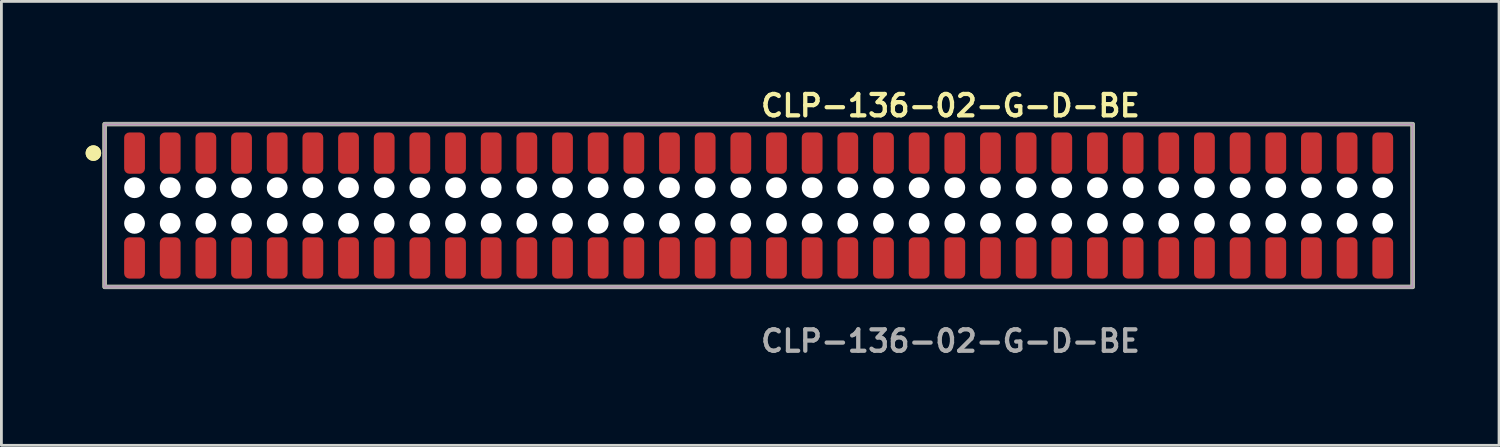
<source format=kicad_pcb>
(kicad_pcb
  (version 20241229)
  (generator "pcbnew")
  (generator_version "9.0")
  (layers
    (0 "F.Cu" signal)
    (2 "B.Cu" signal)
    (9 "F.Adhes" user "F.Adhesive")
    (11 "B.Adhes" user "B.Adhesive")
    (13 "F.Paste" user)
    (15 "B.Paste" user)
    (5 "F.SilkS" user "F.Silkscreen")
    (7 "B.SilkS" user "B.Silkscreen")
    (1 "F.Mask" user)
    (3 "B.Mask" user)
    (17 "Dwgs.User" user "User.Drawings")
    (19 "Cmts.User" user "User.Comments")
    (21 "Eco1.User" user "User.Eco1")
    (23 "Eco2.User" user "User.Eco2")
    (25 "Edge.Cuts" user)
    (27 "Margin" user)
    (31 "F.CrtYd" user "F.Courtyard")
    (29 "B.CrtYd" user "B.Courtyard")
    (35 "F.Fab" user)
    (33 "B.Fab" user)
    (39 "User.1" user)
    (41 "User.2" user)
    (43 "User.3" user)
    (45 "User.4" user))
  (footprint "CLP-136-02-G-D-BE"
    (layer "F.Cu")
    (at 23.966 4.269)
    (property "Reference" "CLP-136-02-G-D-BE" (at 0 -3.556 0) (unlocked yes) (layer "F.SilkS") (effects (font (size 0.762 0.762) (thickness 0.152)) (justify left)))
    (fp_rect (start -23.29 2.9) (end 23.29 -2.9) (stroke (width 0.152) (type solid)) (fill no) (layer "F.SilkS"))
    (fp_circle (center -23.69 -1.867) (end -23.89 -1.867) (stroke (width 0.152) (type solid)) (fill yes) (layer "F.SilkS"))
    (fp_circle (center -23.69 -1.867) (end -23.89 -1.867) (stroke (width 0.152) (type solid)) (fill yes) (layer "F.SilkS"))
    (fp_rect (start -23.29 2.9) (end 23.29 -2.9) (stroke (width 0.006) (type solid)) (fill no) (layer "F.CrtYd"))
    (fp_rect (start -23.29 2.9) (end 23.29 -2.9) (stroke (width 0.152) (type solid)) (fill no) (layer "F.Fab"))
    (fp_text user "${REFERENCE}" (at 0 4.826 0) (unlocked yes) (layer "F.Fab") (effects (font (size 0.762 0.762) (thickness 0.152)) (justify left)))
    (pad "" np_thru_hole circle (at -22.225 -0.635) (size 0.74 0.74) (drill 0.74) (layers "*.Cu" "*.Mask"))
    (pad "" np_thru_hole circle (at -22.225 0.635) (size 0.74 0.74) (drill 0.74) (layers "*.Cu" "*.Mask"))
    (pad "" np_thru_hole circle (at -20.955 -0.635) (size 0.74 0.74) (drill 0.74) (layers "*.Cu" "*.Mask"))
    (pad "" np_thru_hole circle (at -20.955 0.635) (size 0.74 0.74) (drill 0.74) (layers "*.Cu" "*.Mask"))
    (pad "" np_thru_hole circle (at -19.685 -0.635) (size 0.74 0.74) (drill 0.74) (layers "*.Cu" "*.Mask"))
    (pad "" np_thru_hole circle (at -19.685 0.635) (size 0.74 0.74) (drill 0.74) (layers "*.Cu" "*.Mask"))
    (pad "" np_thru_hole circle (at -18.415 -0.635) (size 0.74 0.74) (drill 0.74) (layers "*.Cu" "*.Mask"))
    (pad "" np_thru_hole circle (at -18.415 0.635) (size 0.74 0.74) (drill 0.74) (layers "*.Cu" "*.Mask"))
    (pad "" np_thru_hole circle (at -17.145 -0.635) (size 0.74 0.74) (drill 0.74) (layers "*.Cu" "*.Mask"))
    (pad "" np_thru_hole circle (at -17.145 0.635) (size 0.74 0.74) (drill 0.74) (layers "*.Cu" "*.Mask"))
    (pad "" np_thru_hole circle (at -15.875 -0.635) (size 0.74 0.74) (drill 0.74) (layers "*.Cu" "*.Mask"))
    (pad "" np_thru_hole circle (at -15.875 0.635) (size 0.74 0.74) (drill 0.74) (layers "*.Cu" "*.Mask"))
    (pad "" np_thru_hole circle (at -14.605 -0.635) (size 0.74 0.74) (drill 0.74) (layers "*.Cu" "*.Mask"))
    (pad "" np_thru_hole circle (at -14.605 0.635) (size 0.74 0.74) (drill 0.74) (layers "*.Cu" "*.Mask"))
    (pad "" np_thru_hole circle (at -13.335 -0.635) (size 0.74 0.74) (drill 0.74) (layers "*.Cu" "*.Mask"))
    (pad "" np_thru_hole circle (at -13.335 0.635) (size 0.74 0.74) (drill 0.74) (layers "*.Cu" "*.Mask"))
    (pad "" np_thru_hole circle (at -12.065 -0.635) (size 0.74 0.74) (drill 0.74) (layers "*.Cu" "*.Mask"))
    (pad "" np_thru_hole circle (at -12.065 0.635) (size 0.74 0.74) (drill 0.74) (layers "*.Cu" "*.Mask"))
    (pad "" np_thru_hole circle (at -10.795 -0.635) (size 0.74 0.74) (drill 0.74) (layers "*.Cu" "*.Mask"))
    (pad "" np_thru_hole circle (at -10.795 0.635) (size 0.74 0.74) (drill 0.74) (layers "*.Cu" "*.Mask"))
    (pad "" np_thru_hole circle (at -9.525 -0.635) (size 0.74 0.74) (drill 0.74) (layers "*.Cu" "*.Mask"))
    (pad "" np_thru_hole circle (at -9.525 0.635) (size 0.74 0.74) (drill 0.74) (layers "*.Cu" "*.Mask"))
    (pad "" np_thru_hole circle (at -8.255 -0.635) (size 0.74 0.74) (drill 0.74) (layers "*.Cu" "*.Mask"))
    (pad "" np_thru_hole circle (at -8.255 0.635) (size 0.74 0.74) (drill 0.74) (layers "*.Cu" "*.Mask"))
    (pad "" np_thru_hole circle (at -6.985 -0.635) (size 0.74 0.74) (drill 0.74) (layers "*.Cu" "*.Mask"))
    (pad "" np_thru_hole circle (at -6.985 0.635) (size 0.74 0.74) (drill 0.74) (layers "*.Cu" "*.Mask"))
    (pad "" np_thru_hole circle (at -5.715 -0.635) (size 0.74 0.74) (drill 0.74) (layers "*.Cu" "*.Mask"))
    (pad "" np_thru_hole circle (at -5.715 0.635) (size 0.74 0.74) (drill 0.74) (layers "*.Cu" "*.Mask"))
    (pad "" np_thru_hole circle (at -4.445 -0.635) (size 0.74 0.74) (drill 0.74) (layers "*.Cu" "*.Mask"))
    (pad "" np_thru_hole circle (at -4.445 0.635) (size 0.74 0.74) (drill 0.74) (layers "*.Cu" "*.Mask"))
    (pad "" np_thru_hole circle (at -3.175 -0.635) (size 0.74 0.74) (drill 0.74) (layers "*.Cu" "*.Mask"))
    (pad "" np_thru_hole circle (at -3.175 0.635) (size 0.74 0.74) (drill 0.74) (layers "*.Cu" "*.Mask"))
    (pad "" np_thru_hole circle (at -1.905 -0.635) (size 0.74 0.74) (drill 0.74) (layers "*.Cu" "*.Mask"))
    (pad "" np_thru_hole circle (at -1.905 0.635) (size 0.74 0.74) (drill 0.74) (layers "*.Cu" "*.Mask"))
    (pad "" np_thru_hole circle (at -0.635 -0.635) (size 0.74 0.74) (drill 0.74) (layers "*.Cu" "*.Mask"))
    (pad "" np_thru_hole circle (at -0.635 0.635) (size 0.74 0.74) (drill 0.74) (layers "*.Cu" "*.Mask"))
    (pad "" np_thru_hole circle (at 0.635 -0.635) (size 0.74 0.74) (drill 0.74) (layers "*.Cu" "*.Mask"))
    (pad "" np_thru_hole circle (at 0.635 0.635) (size 0.74 0.74) (drill 0.74) (layers "*.Cu" "*.Mask"))
    (pad "" np_thru_hole circle (at 1.905 -0.635) (size 0.74 0.74) (drill 0.74) (layers "*.Cu" "*.Mask"))
    (pad "" np_thru_hole circle (at 1.905 0.635) (size 0.74 0.74) (drill 0.74) (layers "*.Cu" "*.Mask"))
    (pad "" np_thru_hole circle (at 3.175 -0.635) (size 0.74 0.74) (drill 0.74) (layers "*.Cu" "*.Mask"))
    (pad "" np_thru_hole circle (at 3.175 0.635) (size 0.74 0.74) (drill 0.74) (layers "*.Cu" "*.Mask"))
    (pad "" np_thru_hole circle (at 4.445 -0.635) (size 0.74 0.74) (drill 0.74) (layers "*.Cu" "*.Mask"))
    (pad "" np_thru_hole circle (at 4.445 0.635) (size 0.74 0.74) (drill 0.74) (layers "*.Cu" "*.Mask"))
    (pad "" np_thru_hole circle (at 5.715 -0.635) (size 0.74 0.74) (drill 0.74) (layers "*.Cu" "*.Mask"))
    (pad "" np_thru_hole circle (at 5.715 0.635) (size 0.74 0.74) (drill 0.74) (layers "*.Cu" "*.Mask"))
    (pad "" np_thru_hole circle (at 6.985 -0.635) (size 0.74 0.74) (drill 0.74) (layers "*.Cu" "*.Mask"))
    (pad "" np_thru_hole circle (at 6.985 0.635) (size 0.74 0.74) (drill 0.74) (layers "*.Cu" "*.Mask"))
    (pad "" np_thru_hole circle (at 8.255 -0.635) (size 0.74 0.74) (drill 0.74) (layers "*.Cu" "*.Mask"))
    (pad "" np_thru_hole circle (at 8.255 0.635) (size 0.74 0.74) (drill 0.74) (layers "*.Cu" "*.Mask"))
    (pad "" np_thru_hole circle (at 9.525 -0.635) (size 0.74 0.74) (drill 0.74) (layers "*.Cu" "*.Mask"))
    (pad "" np_thru_hole circle (at 9.525 0.635) (size 0.74 0.74) (drill 0.74) (layers "*.Cu" "*.Mask"))
    (pad "" np_thru_hole circle (at 10.795 -0.635) (size 0.74 0.74) (drill 0.74) (layers "*.Cu" "*.Mask"))
    (pad "" np_thru_hole circle (at 10.795 0.635) (size 0.74 0.74) (drill 0.74) (layers "*.Cu" "*.Mask"))
    (pad "" np_thru_hole circle (at 12.065 -0.635) (size 0.74 0.74) (drill 0.74) (layers "*.Cu" "*.Mask"))
    (pad "" np_thru_hole circle (at 12.065 0.635) (size 0.74 0.74) (drill 0.74) (layers "*.Cu" "*.Mask"))
    (pad "" np_thru_hole circle (at 13.335 -0.635) (size 0.74 0.74) (drill 0.74) (layers "*.Cu" "*.Mask"))
    (pad "" np_thru_hole circle (at 13.335 0.635) (size 0.74 0.74) (drill 0.74) (layers "*.Cu" "*.Mask"))
    (pad "" np_thru_hole circle (at 14.605 -0.635) (size 0.74 0.74) (drill 0.74) (layers "*.Cu" "*.Mask"))
    (pad "" np_thru_hole circle (at 14.605 0.635) (size 0.74 0.74) (drill 0.74) (layers "*.Cu" "*.Mask"))
    (pad "" np_thru_hole circle (at 15.875 -0.635) (size 0.74 0.74) (drill 0.74) (layers "*.Cu" "*.Mask"))
    (pad "" np_thru_hole circle (at 15.875 0.635) (size 0.74 0.74) (drill 0.74) (layers "*.Cu" "*.Mask"))
    (pad "" np_thru_hole circle (at 17.145 -0.635) (size 0.74 0.74) (drill 0.74) (layers "*.Cu" "*.Mask"))
    (pad "" np_thru_hole circle (at 17.145 0.635) (size 0.74 0.74) (drill 0.74) (layers "*.Cu" "*.Mask"))
    (pad "" np_thru_hole circle (at 18.415 -0.635) (size 0.74 0.74) (drill 0.74) (layers "*.Cu" "*.Mask"))
    (pad "" np_thru_hole circle (at 18.415 0.635) (size 0.74 0.74) (drill 0.74) (layers "*.Cu" "*.Mask"))
    (pad "" np_thru_hole circle (at 19.685 -0.635) (size 0.74 0.74) (drill 0.74) (layers "*.Cu" "*.Mask"))
    (pad "" np_thru_hole circle (at 19.685 0.635) (size 0.74 0.74) (drill 0.74) (layers "*.Cu" "*.Mask"))
    (pad "" np_thru_hole circle (at 20.955 -0.635) (size 0.74 0.74) (drill 0.74) (layers "*.Cu" "*.Mask"))
    (pad "" np_thru_hole circle (at 20.955 0.635) (size 0.74 0.74) (drill 0.74) (layers "*.Cu" "*.Mask"))
    (pad "" np_thru_hole circle (at 22.225 -0.635) (size 0.74 0.74) (drill 0.74) (layers "*.Cu" "*.Mask"))
    (pad "" np_thru_hole circle (at 22.225 0.635) (size 0.74 0.74) (drill 0.74) (layers "*.Cu" "*.Mask"))
    (pad "1" smd roundrect (at -22.225 -1.867) (size 0.74 1.47) (layers "F.Cu" "F.Paste") (roundrect_rratio 0.25))
    (pad "2" smd roundrect (at -22.225 1.867) (size 0.74 1.47) (layers "F.Cu" "F.Paste") (roundrect_rratio 0.25))
    (pad "3" smd roundrect (at -20.955 -1.867) (size 0.74 1.47) (layers "F.Cu" "F.Paste") (roundrect_rratio 0.25))
    (pad "4" smd roundrect (at -20.955 1.867) (size 0.74 1.47) (layers "F.Cu" "F.Paste") (roundrect_rratio 0.25))
    (pad "5" smd roundrect (at -19.685 -1.867) (size 0.74 1.47) (layers "F.Cu" "F.Paste") (roundrect_rratio 0.25))
    (pad "6" smd roundrect (at -19.685 1.867) (size 0.74 1.47) (layers "F.Cu" "F.Paste") (roundrect_rratio 0.25))
    (pad "7" smd roundrect (at -18.415 -1.867) (size 0.74 1.47) (layers "F.Cu" "F.Paste") (roundrect_rratio 0.25))
    (pad "8" smd roundrect (at -18.415 1.867) (size 0.74 1.47) (layers "F.Cu" "F.Paste") (roundrect_rratio 0.25))
    (pad "9" smd roundrect (at -17.145 -1.867) (size 0.74 1.47) (layers "F.Cu" "F.Paste") (roundrect_rratio 0.25))
    (pad "10" smd roundrect (at -17.145 1.867) (size 0.74 1.47) (layers "F.Cu" "F.Paste") (roundrect_rratio 0.25))
    (pad "11" smd roundrect (at -15.875 -1.867) (size 0.74 1.47) (layers "F.Cu" "F.Paste") (roundrect_rratio 0.25))
    (pad "12" smd roundrect (at -15.875 1.867) (size 0.74 1.47) (layers "F.Cu" "F.Paste") (roundrect_rratio 0.25))
    (pad "13" smd roundrect (at -14.605 -1.867) (size 0.74 1.47) (layers "F.Cu" "F.Paste") (roundrect_rratio 0.25))
    (pad "14" smd roundrect (at -14.605 1.867) (size 0.74 1.47) (layers "F.Cu" "F.Paste") (roundrect_rratio 0.25))
    (pad "15" smd roundrect (at -13.335 -1.867) (size 0.74 1.47) (layers "F.Cu" "F.Paste") (roundrect_rratio 0.25))
    (pad "16" smd roundrect (at -13.335 1.867) (size 0.74 1.47) (layers "F.Cu" "F.Paste") (roundrect_rratio 0.25))
    (pad "17" smd roundrect (at -12.065 -1.867) (size 0.74 1.47) (layers "F.Cu" "F.Paste") (roundrect_rratio 0.25))
    (pad "18" smd roundrect (at -12.065 1.867) (size 0.74 1.47) (layers "F.Cu" "F.Paste") (roundrect_rratio 0.25))
    (pad "19" smd roundrect (at -10.795 -1.867) (size 0.74 1.47) (layers "F.Cu" "F.Paste") (roundrect_rratio 0.25))
    (pad "20" smd roundrect (at -10.795 1.867) (size 0.74 1.47) (layers "F.Cu" "F.Paste") (roundrect_rratio 0.25))
    (pad "21" smd roundrect (at -9.525 -1.867) (size 0.74 1.47) (layers "F.Cu" "F.Paste") (roundrect_rratio 0.25))
    (pad "22" smd roundrect (at -9.525 1.867) (size 0.74 1.47) (layers "F.Cu" "F.Paste") (roundrect_rratio 0.25))
    (pad "23" smd roundrect (at -8.255 -1.867) (size 0.74 1.47) (layers "F.Cu" "F.Paste") (roundrect_rratio 0.25))
    (pad "24" smd roundrect (at -8.255 1.867) (size 0.74 1.47) (layers "F.Cu" "F.Paste") (roundrect_rratio 0.25))
    (pad "25" smd roundrect (at -6.985 -1.867) (size 0.74 1.47) (layers "F.Cu" "F.Paste") (roundrect_rratio 0.25))
    (pad "26" smd roundrect (at -6.985 1.867) (size 0.74 1.47) (layers "F.Cu" "F.Paste") (roundrect_rratio 0.25))
    (pad "27" smd roundrect (at -5.715 -1.867) (size 0.74 1.47) (layers "F.Cu" "F.Paste") (roundrect_rratio 0.25))
    (pad "28" smd roundrect (at -5.715 1.867) (size 0.74 1.47) (layers "F.Cu" "F.Paste") (roundrect_rratio 0.25))
    (pad "29" smd roundrect (at -4.445 -1.867) (size 0.74 1.47) (layers "F.Cu" "F.Paste") (roundrect_rratio 0.25))
    (pad "30" smd roundrect (at -4.445 1.867) (size 0.74 1.47) (layers "F.Cu" "F.Paste") (roundrect_rratio 0.25))
    (pad "31" smd roundrect (at -3.175 -1.867) (size 0.74 1.47) (layers "F.Cu" "F.Paste") (roundrect_rratio 0.25))
    (pad "32" smd roundrect (at -3.175 1.867) (size 0.74 1.47) (layers "F.Cu" "F.Paste") (roundrect_rratio 0.25))
    (pad "33" smd roundrect (at -1.905 -1.867) (size 0.74 1.47) (layers "F.Cu" "F.Paste") (roundrect_rratio 0.25))
    (pad "34" smd roundrect (at -1.905 1.867) (size 0.74 1.47) (layers "F.Cu" "F.Paste") (roundrect_rratio 0.25))
    (pad "35" smd roundrect (at -0.635 -1.867) (size 0.74 1.47) (layers "F.Cu" "F.Paste") (roundrect_rratio 0.25))
    (pad "36" smd roundrect (at -0.635 1.867) (size 0.74 1.47) (layers "F.Cu" "F.Paste") (roundrect_rratio 0.25))
    (pad "37" smd roundrect (at 0.635 -1.867) (size 0.74 1.47) (layers "F.Cu" "F.Paste") (roundrect_rratio 0.25))
    (pad "38" smd roundrect (at 0.635 1.867) (size 0.74 1.47) (layers "F.Cu" "F.Paste") (roundrect_rratio 0.25))
    (pad "39" smd roundrect (at 1.905 -1.867) (size 0.74 1.47) (layers "F.Cu" "F.Paste") (roundrect_rratio 0.25))
    (pad "40" smd roundrect (at 1.905 1.867) (size 0.74 1.47) (layers "F.Cu" "F.Paste") (roundrect_rratio 0.25))
    (pad "41" smd roundrect (at 3.175 -1.867) (size 0.74 1.47) (layers "F.Cu" "F.Paste") (roundrect_rratio 0.25))
    (pad "42" smd roundrect (at 3.175 1.867) (size 0.74 1.47) (layers "F.Cu" "F.Paste") (roundrect_rratio 0.25))
    (pad "43" smd roundrect (at 4.445 -1.867) (size 0.74 1.47) (layers "F.Cu" "F.Paste") (roundrect_rratio 0.25))
    (pad "44" smd roundrect (at 4.445 1.867) (size 0.74 1.47) (layers "F.Cu" "F.Paste") (roundrect_rratio 0.25))
    (pad "45" smd roundrect (at 5.715 -1.867) (size 0.74 1.47) (layers "F.Cu" "F.Paste") (roundrect_rratio 0.25))
    (pad "46" smd roundrect (at 5.715 1.867) (size 0.74 1.47) (layers "F.Cu" "F.Paste") (roundrect_rratio 0.25))
    (pad "47" smd roundrect (at 6.985 -1.867) (size 0.74 1.47) (layers "F.Cu" "F.Paste") (roundrect_rratio 0.25))
    (pad "48" smd roundrect (at 6.985 1.867) (size 0.74 1.47) (layers "F.Cu" "F.Paste") (roundrect_rratio 0.25))
    (pad "49" smd roundrect (at 8.255 -1.867) (size 0.74 1.47) (layers "F.Cu" "F.Paste") (roundrect_rratio 0.25))
    (pad "50" smd roundrect (at 8.255 1.867) (size 0.74 1.47) (layers "F.Cu" "F.Paste") (roundrect_rratio 0.25))
    (pad "51" smd roundrect (at 9.525 -1.867) (size 0.74 1.47) (layers "F.Cu" "F.Paste") (roundrect_rratio 0.25))
    (pad "52" smd roundrect (at 9.525 1.867) (size 0.74 1.47) (layers "F.Cu" "F.Paste") (roundrect_rratio 0.25))
    (pad "53" smd roundrect (at 10.795 -1.867) (size 0.74 1.47) (layers "F.Cu" "F.Paste") (roundrect_rratio 0.25))
    (pad "54" smd roundrect (at 10.795 1.867) (size 0.74 1.47) (layers "F.Cu" "F.Paste") (roundrect_rratio 0.25))
    (pad "55" smd roundrect (at 12.065 -1.867) (size 0.74 1.47) (layers "F.Cu" "F.Paste") (roundrect_rratio 0.25))
    (pad "56" smd roundrect (at 12.065 1.867) (size 0.74 1.47) (layers "F.Cu" "F.Paste") (roundrect_rratio 0.25))
    (pad "57" smd roundrect (at 13.335 -1.867) (size 0.74 1.47) (layers "F.Cu" "F.Paste") (roundrect_rratio 0.25))
    (pad "58" smd roundrect (at 13.335 1.867) (size 0.74 1.47) (layers "F.Cu" "F.Paste") (roundrect_rratio 0.25))
    (pad "59" smd roundrect (at 14.605 -1.867) (size 0.74 1.47) (layers "F.Cu" "F.Paste") (roundrect_rratio 0.25))
    (pad "60" smd roundrect (at 14.605 1.867) (size 0.74 1.47) (layers "F.Cu" "F.Paste") (roundrect_rratio 0.25))
    (pad "61" smd roundrect (at 15.875 -1.867) (size 0.74 1.47) (layers "F.Cu" "F.Paste") (roundrect_rratio 0.25))
    (pad "62" smd roundrect (at 15.875 1.867) (size 0.74 1.47) (layers "F.Cu" "F.Paste") (roundrect_rratio 0.25))
    (pad "63" smd roundrect (at 17.145 -1.867) (size 0.74 1.47) (layers "F.Cu" "F.Paste") (roundrect_rratio 0.25))
    (pad "64" smd roundrect (at 17.145 1.867) (size 0.74 1.47) (layers "F.Cu" "F.Paste") (roundrect_rratio 0.25))
    (pad "65" smd roundrect (at 18.415 -1.867) (size 0.74 1.47) (layers "F.Cu" "F.Paste") (roundrect_rratio 0.25))
    (pad "66" smd roundrect (at 18.415 1.867) (size 0.74 1.47) (layers "F.Cu" "F.Paste") (roundrect_rratio 0.25))
    (pad "67" smd roundrect (at 19.685 -1.867) (size 0.74 1.47) (layers "F.Cu" "F.Paste") (roundrect_rratio 0.25))
    (pad "68" smd roundrect (at 19.685 1.867) (size 0.74 1.47) (layers "F.Cu" "F.Paste") (roundrect_rratio 0.25))
    (pad "69" smd roundrect (at 20.955 -1.867) (size 0.74 1.47) (layers "F.Cu" "F.Paste") (roundrect_rratio 0.25))
    (pad "70" smd roundrect (at 20.955 1.867) (size 0.74 1.47) (layers "F.Cu" "F.Paste") (roundrect_rratio 0.25))
    (pad "71" smd roundrect (at 22.225 -1.867) (size 0.74 1.47) (layers "F.Cu" "F.Paste") (roundrect_rratio 0.25))
    (pad "72" smd roundrect (at 22.225 1.867) (size 0.74 1.47) (layers "F.Cu" "F.Paste") (roundrect_rratio 0.25)))
  (gr_rect
    (start -3 -3)
    (end 50.332 12.808)
    (stroke (width 0.1) (type default))
    (fill no)
    (layer "Edge.Cuts")))
</source>
